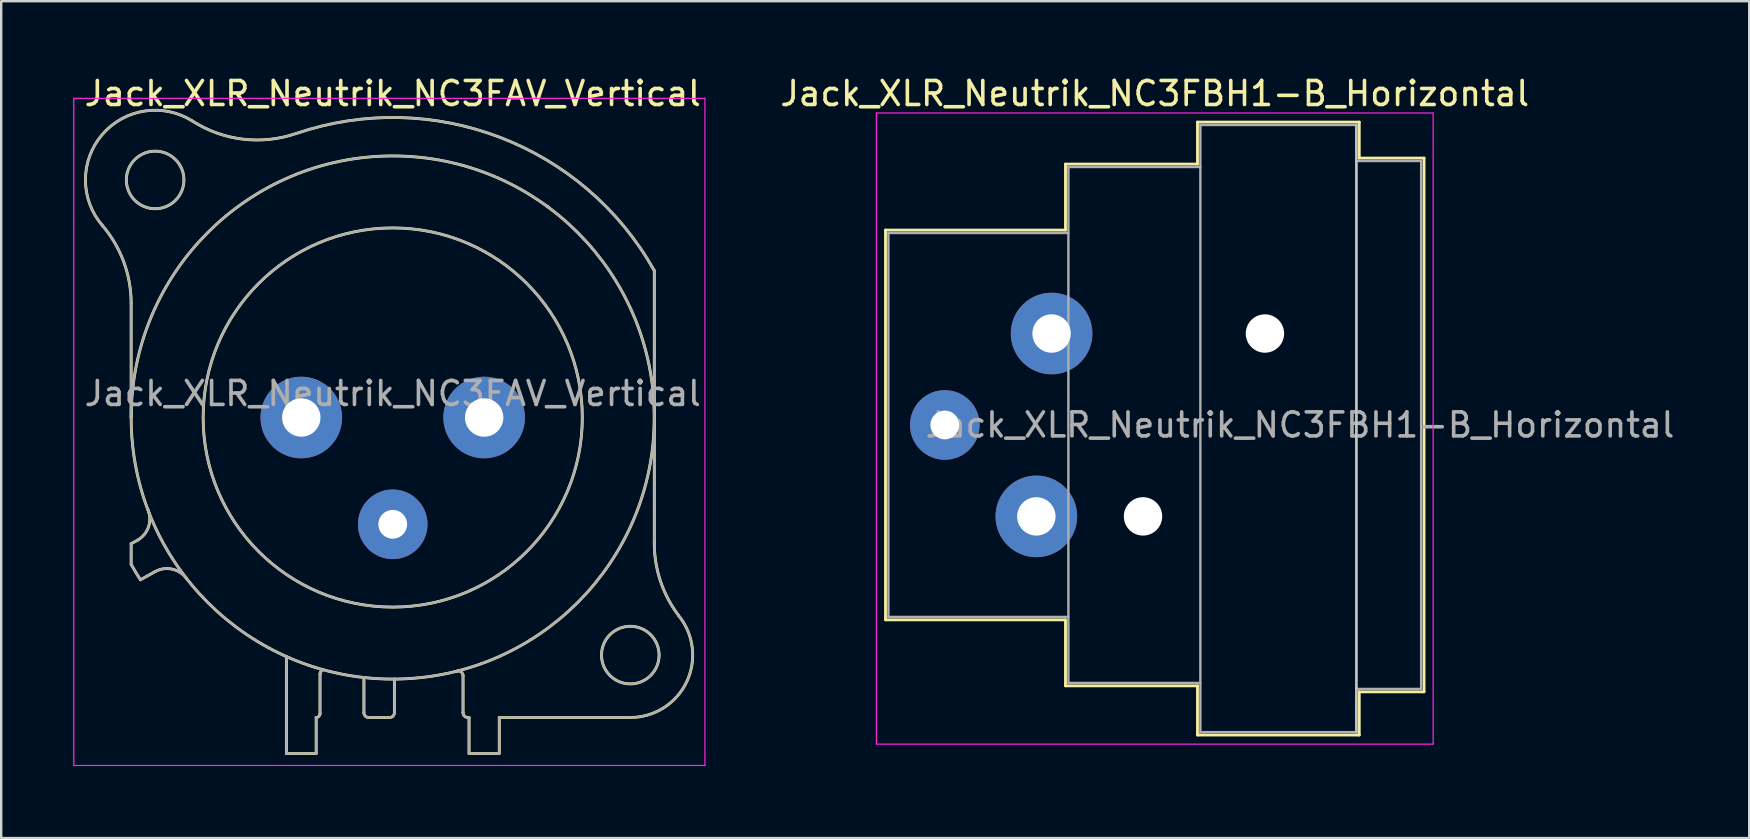
<source format=kicad_pcb>
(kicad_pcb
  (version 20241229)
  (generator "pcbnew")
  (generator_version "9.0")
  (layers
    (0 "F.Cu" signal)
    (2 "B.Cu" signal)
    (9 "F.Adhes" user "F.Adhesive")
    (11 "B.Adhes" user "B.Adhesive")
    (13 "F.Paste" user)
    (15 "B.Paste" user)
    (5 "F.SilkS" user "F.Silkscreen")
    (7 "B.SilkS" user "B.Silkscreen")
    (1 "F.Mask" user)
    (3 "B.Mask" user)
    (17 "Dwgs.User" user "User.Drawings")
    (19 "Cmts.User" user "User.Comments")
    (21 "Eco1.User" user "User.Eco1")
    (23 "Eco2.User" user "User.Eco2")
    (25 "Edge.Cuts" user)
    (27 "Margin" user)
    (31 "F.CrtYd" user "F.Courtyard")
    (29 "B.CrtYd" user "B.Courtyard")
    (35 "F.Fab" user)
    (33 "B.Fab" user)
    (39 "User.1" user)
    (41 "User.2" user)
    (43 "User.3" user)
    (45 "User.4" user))
  (footprint "Jack_XLR_Neutrik_NC3FAV_Vertical"
    (layer "F.Cu")
    (at 17.125 14.348)
    (property "Reference" "Jack_XLR_Neutrik_NC3FAV_Vertical" (at -3.81 -13.5 0) (layer "F.SilkS") (effects (font (size 1 1) (thickness 0.15))))
    (attr through_hole)
    (fp_line (start -14.71 0) (end -14.71 -4.76) (stroke (width 0.12) (type solid)) (layer "F.SilkS"))
    (fp_line (start -14.71 5.26) (end -14.71 6.12) (stroke (width 0.12) (type solid)) (layer "F.SilkS"))
    (fp_line (start -14.44 5.11) (end -14.71 5.26) (stroke (width 0.12) (type solid)) (layer "F.SilkS"))
    (fp_line (start -14.32 6.76) (end -13.71 6.42) (stroke (width 0.12) (type solid)) (layer "F.SilkS"))
    (fp_line (start -8.24 9.96) (end -8.24 14) (stroke (width 0.12) (type solid)) (layer "F.SilkS"))
    (fp_line (start -7 12.5) (end -7 14) (stroke (width 0.12) (type solid)) (layer "F.SilkS"))
    (fp_line (start -7 14) (end -8.24 14) (stroke (width 0.12) (type solid)) (layer "F.SilkS"))
    (fp_line (start -6.84 12.34) (end -6.84 10.69) (stroke (width 0.12) (type solid)) (layer "F.SilkS"))
    (fp_line (start -5.01 10.83) (end -5.01 12.3) (stroke (width 0.12) (type solid)) (layer "F.SilkS"))
    (fp_line (start -3.94 12.5) (end -4.81 12.5) (stroke (width 0.12) (type solid)) (layer "F.SilkS"))
    (fp_line (start -3.74 10.9) (end -3.74 12.3) (stroke (width 0.12) (type solid)) (layer "F.SilkS"))
    (fp_line (start -0.88 12.3) (end -0.88 10.76) (stroke (width 0.12) (type solid)) (layer "F.SilkS"))
    (fp_line (start -0.63 12.5) (end -0.68 12.5) (stroke (width 0.12) (type solid)) (layer "F.SilkS"))
    (fp_line (start -0.63 12.5) (end -0.63 14) (stroke (width 0.12) (type solid)) (layer "F.SilkS"))
    (fp_line (start 0.62 14) (end -0.63 14) (stroke (width 0.12) (type solid)) (layer "F.SilkS"))
    (fp_line (start 0.63 12.5) (end 6.09 12.5) (stroke (width 0.12) (type solid)) (layer "F.SilkS"))
    (fp_line (start 0.63 14) (end 0.63 12.5) (stroke (width 0.12) (type solid)) (layer "F.SilkS"))
    (fp_line (start 7.09 5.24) (end 7.09 -6.12) (stroke (width 0.12) (type solid)) (layer "F.SilkS"))
    (fp_arc (start -15.908829 -8.000856) (mid -15.019313 -6.48774) (end -14.71 -4.76) (stroke (width 0.12) (type solid)) (layer "F.SilkS"))
    (fp_arc (start -15.908236 -8.001617) (mid -15.907486 -11.799251) (end -12.15 -12.35) (stroke (width 0.12) (type solid)) (layer "F.SilkS"))
    (fp_arc (start -14.32314 6.763008) (mid -14.521396 6.444407) (end -14.71 6.12) (stroke (width 0.12) (type solid)) (layer "F.SilkS"))
    (fp_arc (start -14.004283 3.855674) (mid -13.989213 4.56375) (end -14.44 5.11) (stroke (width 0.12) (type solid)) (layer "F.SilkS"))
    (fp_arc (start -13.71 6.42) (mid -13.01025 6.315915) (end -12.412202 6.693832) (stroke (width 0.12) (type solid)) (layer "F.SilkS"))
    (fp_arc (start -7.848035 -11.831177) (mid -10.058192 -11.599923) (end -12.15 -12.35) (stroke (width 0.12) (type solid)) (layer "F.SilkS"))
    (fp_arc (start -7.841153 -11.83276) (mid 0.657009 -11.675197) (end 7.09 -6.12) (stroke (width 0.12) (type solid)) (layer "F.SilkS"))
    (fp_arc (start -6.84 10.69) (mid -6.803713 10.578321) (end -6.708713 10.509299) (stroke (width 0.12) (type solid)) (layer "F.SilkS"))
    (fp_arc (start -6.84 12.34) (mid -6.886863 12.453137) (end -7 12.5) (stroke (width 0.12) (type solid)) (layer "F.SilkS"))
    (fp_arc (start -4.81 12.5) (mid -4.951421 12.441421) (end -5.01 12.3) (stroke (width 0.12) (type solid)) (layer "F.SilkS"))
    (fp_arc (start -3.74 12.3) (mid -3.798579 12.441421) (end -3.94 12.5) (stroke (width 0.12) (type solid)) (layer "F.SilkS"))
    (fp_arc (start -1.1294 10.566197) (mid -0.957281 10.602076) (end -0.88 10.76) (stroke (width 0.12) (type solid)) (layer "F.SilkS"))
    (fp_arc (start -0.68 12.5) (mid -0.821421 12.441421) (end -0.88 12.3) (stroke (width 0.12) (type solid)) (layer "F.SilkS"))
    (fp_arc (start 2.636924 -8.782671) (mid 2.628394 -8.791269) (end 2.62 -8.8) (stroke (width 0.12) (type solid)) (layer "F.SilkS"))
    (fp_arc (start 2.680052 -8.767734) (mid 2.65973 -8.7835) (end 2.64 -8.8) (stroke (width 0.12) (type solid)) (layer "F.SilkS"))
    (fp_arc (start 8.095865 8.245761) (mid 8.441704 11.008824) (end 6.09 12.5) (stroke (width 0.12) (type solid)) (layer "F.SilkS"))
    (fp_arc (start 8.098032 8.243976) (mid 7.348729 6.824298) (end 7.09 5.24) (stroke (width 0.12) (type solid)) (layer "F.SilkS"))
    (fp_circle (center -13.71 -9.9) (end -12.51 -9.9) (stroke (width 0.12) (type solid)) (fill no) (layer "F.SilkS"))
    (fp_circle (center -3.81 0) (end 4.09 0) (stroke (width 0.12) (type solid)) (fill no) (layer "F.SilkS"))
    (fp_circle (center -3.81 0) (end 7.09 0) (stroke (width 0.12) (type solid)) (fill no) (layer "F.SilkS"))
    (fp_circle (center 6.09 9.9) (end 7.29 9.9) (stroke (width 0.12) (type solid)) (fill no) (layer "F.SilkS"))
    (fp_line (start -17.1 -13.3) (end 9.2 -13.3) (stroke (width 0.05) (type solid)) (layer "F.CrtYd"))
    (fp_line (start -17.1 14.5) (end -17.1 -13.3) (stroke (width 0.05) (type solid)) (layer "F.CrtYd"))
    (fp_line (start 9.2 -13.3) (end 9.2 14.5) (stroke (width 0.05) (type solid)) (layer "F.CrtYd"))
    (fp_line (start 9.2 14.5) (end -17.1 14.5) (stroke (width 0.05) (type solid)) (layer "F.CrtYd"))
    (fp_line (start -14.71 0) (end -14.71 -4.76) (stroke (width 0.1) (type solid)) (layer "F.Fab"))
    (fp_line (start -14.71 5.26) (end -14.71 6.12) (stroke (width 0.1) (type solid)) (layer "F.Fab"))
    (fp_line (start -14.44 5.11) (end -14.71 5.26) (stroke (width 0.1) (type solid)) (layer "F.Fab"))
    (fp_line (start -14.32 6.76) (end -13.71 6.42) (stroke (width 0.1) (type solid)) (layer "F.Fab"))
    (fp_line (start -8.24 9.96) (end -8.24 14) (stroke (width 0.1) (type solid)) (layer "F.Fab"))
    (fp_line (start -7 12.5) (end -7 14) (stroke (width 0.1) (type solid)) (layer "F.Fab"))
    (fp_line (start -7 14) (end -8.24 14) (stroke (width 0.1) (type solid)) (layer "F.Fab"))
    (fp_line (start -6.84 12.34) (end -6.84 10.69) (stroke (width 0.1) (type solid)) (layer "F.Fab"))
    (fp_line (start -5.01 10.83) (end -5.01 12.3) (stroke (width 0.1) (type solid)) (layer "F.Fab"))
    (fp_line (start -3.94 12.5) (end -4.81 12.5) (stroke (width 0.1) (type solid)) (layer "F.Fab"))
    (fp_line (start -3.74 10.9) (end -3.74 12.3) (stroke (width 0.1) (type solid)) (layer "F.Fab"))
    (fp_line (start -0.88 12.3) (end -0.88 10.76) (stroke (width 0.1) (type solid)) (layer "F.Fab"))
    (fp_line (start -0.63 12.5) (end -0.68 12.5) (stroke (width 0.1) (type solid)) (layer "F.Fab"))
    (fp_line (start -0.63 12.5) (end -0.63 14) (stroke (width 0.1) (type solid)) (layer "F.Fab"))
    (fp_line (start 0.62 14) (end -0.63 14) (stroke (width 0.1) (type solid)) (layer "F.Fab"))
    (fp_line (start 0.63 12.5) (end 6.09 12.5) (stroke (width 0.1) (type solid)) (layer "F.Fab"))
    (fp_line (start 0.63 14) (end 0.63 12.5) (stroke (width 0.1) (type solid)) (layer "F.Fab"))
    (fp_line (start 7.09 5.24) (end 7.09 -6.12) (stroke (width 0.1) (type solid)) (layer "F.Fab"))
    (fp_arc (start -15.908829 -8.000856) (mid -15.019313 -6.48774) (end -14.71 -4.76) (stroke (width 0.1) (type solid)) (layer "F.Fab"))
    (fp_arc (start -15.908236 -8.001617) (mid -15.907486 -11.799251) (end -12.15 -12.35) (stroke (width 0.1) (type solid)) (layer "F.Fab"))
    (fp_arc (start -14.32314 6.763008) (mid -14.521396 6.444407) (end -14.71 6.12) (stroke (width 0.1) (type solid)) (layer "F.Fab"))
    (fp_arc (start -14.004283 3.855674) (mid -13.989213 4.56375) (end -14.44 5.11) (stroke (width 0.1) (type solid)) (layer "F.Fab"))
    (fp_arc (start -13.71 6.42) (mid -13.01025 6.315915) (end -12.412202 6.693832) (stroke (width 0.1) (type solid)) (layer "F.Fab"))
    (fp_arc (start -7.848035 -11.831177) (mid -10.058192 -11.599923) (end -12.15 -12.35) (stroke (width 0.1) (type solid)) (layer "F.Fab"))
    (fp_arc (start -7.841153 -11.83276) (mid 0.657009 -11.675197) (end 7.09 -6.12) (stroke (width 0.1) (type solid)) (layer "F.Fab"))
    (fp_arc (start -6.84 10.69) (mid -6.803713 10.578321) (end -6.708713 10.509299) (stroke (width 0.1) (type solid)) (layer "F.Fab"))
    (fp_arc (start -6.84 12.34) (mid -6.886863 12.453137) (end -7 12.5) (stroke (width 0.1) (type solid)) (layer "F.Fab"))
    (fp_arc (start -4.81 12.5) (mid -4.951421 12.441421) (end -5.01 12.3) (stroke (width 0.1) (type solid)) (layer "F.Fab"))
    (fp_arc (start -3.74 12.3) (mid -3.798579 12.441421) (end -3.94 12.5) (stroke (width 0.1) (type solid)) (layer "F.Fab"))
    (fp_arc (start -1.1294 10.566197) (mid -0.957281 10.602076) (end -0.88 10.76) (stroke (width 0.1) (type solid)) (layer "F.Fab"))
    (fp_arc (start -0.68 12.5) (mid -0.821421 12.441421) (end -0.88 12.3) (stroke (width 0.1) (type solid)) (layer "F.Fab"))
    (fp_arc (start 2.636924 -8.782671) (mid 2.628394 -8.791269) (end 2.62 -8.8) (stroke (width 0.1) (type solid)) (layer "F.Fab"))
    (fp_arc (start 2.680052 -8.767734) (mid 2.65973 -8.7835) (end 2.64 -8.8) (stroke (width 0.1) (type solid)) (layer "F.Fab"))
    (fp_arc (start 8.095865 8.245761) (mid 8.441704 11.008824) (end 6.09 12.5) (stroke (width 0.1) (type solid)) (layer "F.Fab"))
    (fp_arc (start 8.098032 8.243976) (mid 7.348729 6.824298) (end 7.09 5.24) (stroke (width 0.1) (type solid)) (layer "F.Fab"))
    (fp_circle (center -13.71 -9.9) (end -12.51 -9.9) (stroke (width 0.1) (type solid)) (fill no) (layer "F.Fab"))
    (fp_circle (center -3.81 0) (end 4.09 0) (stroke (width 0.1) (type solid)) (fill no) (layer "F.Fab"))
    (fp_circle (center -3.81 0) (end 7.09 0) (stroke (width 0.1) (type solid)) (fill no) (layer "F.Fab"))
    (fp_circle (center 6.09 9.9) (end 7.29 9.9) (stroke (width 0.1) (type solid)) (fill no) (layer "F.Fab"))
    (fp_text user "${REFERENCE}" (at -3.81 -1 0) (layer "F.Fab") (effects (font (size 1 1) (thickness 0.15))))
    (pad "1" thru_hole circle (at 0 0) (size 3.4 3.4) (drill 1.6) (layers "*.Cu" "*.Mask"))
    (pad "2" thru_hole circle (at -7.62 0) (size 3.4 3.4) (drill 1.6) (layers "*.Cu" "*.Mask"))
    (pad "3" thru_hole circle (at -3.81 4.45) (size 2.9 2.9) (drill 1.2) (layers "*.Cu" "*.Mask")))
  (footprint "Jack_XLR_Neutrik_NC3FBH1-B_Horizontal"
    (layer "F.Cu")
    (at 40.77 10.848)
    (property "Reference" "Jack_XLR_Neutrik_NC3FBH1-B_Horizontal" (at 4.3 -10 0) (layer "F.SilkS") (effects (font (size 1 1) (thickness 0.15))))
    (attr through_hole)
    (fp_line (start -6.92 -4.31) (end -6.92 11.93) (stroke (width 0.12) (type solid)) (layer "F.SilkS"))
    (fp_line (start 0.58 -7.06) (end 0.58 -4.31) (stroke (width 0.12) (type solid)) (layer "F.SilkS"))
    (fp_line (start 0.58 -4.31) (end -6.92 -4.31) (stroke (width 0.12) (type solid)) (layer "F.SilkS"))
    (fp_line (start 0.58 11.93) (end -6.92 11.93) (stroke (width 0.12) (type solid)) (layer "F.SilkS"))
    (fp_line (start 0.58 11.93) (end 0.58 14.68) (stroke (width 0.12) (type solid)) (layer "F.SilkS"))
    (fp_line (start 6.08 -7.06) (end 0.58 -7.06) (stroke (width 0.12) (type solid)) (layer "F.SilkS"))
    (fp_line (start 6.08 -7.06) (end 6.08 -8.81) (stroke (width 0.12) (type solid)) (layer "F.SilkS"))
    (fp_line (start 6.08 14.68) (end 0.58 14.68) (stroke (width 0.12) (type solid)) (layer "F.SilkS"))
    (fp_line (start 6.08 16.73) (end 6.08 14.68) (stroke (width 0.12) (type solid)) (layer "F.SilkS"))
    (fp_line (start 12.82 -8.81) (end 6.08 -8.81) (stroke (width 0.12) (type solid)) (layer "F.SilkS"))
    (fp_line (start 12.82 -8.81) (end 12.82 -7.31) (stroke (width 0.12) (type solid)) (layer "F.SilkS"))
    (fp_line (start 12.82 -7.31) (end 15.52 -7.31) (stroke (width 0.12) (type solid)) (layer "F.SilkS"))
    (fp_line (start 12.82 14.93) (end 12.82 16.73) (stroke (width 0.12) (type solid)) (layer "F.SilkS"))
    (fp_line (start 12.82 14.93) (end 15.52 14.93) (stroke (width 0.12) (type solid)) (layer "F.SilkS"))
    (fp_line (start 12.82 16.73) (end 6.08 16.73) (stroke (width 0.12) (type solid)) (layer "F.SilkS"))
    (fp_line (start 15.52 -7.31) (end 15.52 14.93) (stroke (width 0.12) (type solid)) (layer "F.SilkS"))
    (fp_line (start 12.7 -8.69) (end 12.7 16.61) (stroke (width 0.1) (type solid)) (layer "Dwgs.User"))
    (fp_line (start -7.3 -9.19) (end -7.3 17.11) (stroke (width 0.05) (type solid)) (layer "F.CrtYd"))
    (fp_line (start 15.9 -9.19) (end -7.3 -9.19) (stroke (width 0.05) (type solid)) (layer "F.CrtYd"))
    (fp_line (start 15.9 -9.19) (end 15.9 17.11) (stroke (width 0.05) (type solid)) (layer "F.CrtYd"))
    (fp_line (start 15.9 17.11) (end -7.3 17.11) (stroke (width 0.05) (type solid)) (layer "F.CrtYd"))
    (fp_line (start -6.8 -4.19) (end -6.8 11.81) (stroke (width 0.1) (type solid)) (layer "F.Fab"))
    (fp_line (start -6.8 11.81) (end 0.7 11.81) (stroke (width 0.1) (type solid)) (layer "F.Fab"))
    (fp_line (start 0.7 -6.94) (end 0.7 14.56) (stroke (width 0.1) (type solid)) (layer "F.Fab"))
    (fp_line (start 0.7 -4.19) (end -6.8 -4.19) (stroke (width 0.1) (type solid)) (layer "F.Fab"))
    (fp_line (start 0.7 14.56) (end 6.2 14.56) (stroke (width 0.1) (type solid)) (layer "F.Fab"))
    (fp_line (start 6.2 -8.69) (end 12.7 -8.69) (stroke (width 0.1) (type solid)) (layer "F.Fab"))
    (fp_line (start 6.2 -6.94) (end 0.7 -6.94) (stroke (width 0.1) (type solid)) (layer "F.Fab"))
    (fp_line (start 6.2 16.61) (end 6.2 -8.69) (stroke (width 0.1) (type solid)) (layer "F.Fab"))
    (fp_line (start 12.7 -8.69) (end 12.7 16.61) (stroke (width 0.1) (type solid)) (layer "F.Fab"))
    (fp_line (start 12.7 -7.19) (end 15.4 -7.19) (stroke (width 0.1) (type solid)) (layer "F.Fab"))
    (fp_line (start 12.7 16.61) (end 6.2 16.61) (stroke (width 0.1) (type solid)) (layer "F.Fab"))
    (fp_line (start 15.4 -7.19) (end 15.4 14.81) (stroke (width 0.1) (type solid)) (layer "F.Fab"))
    (fp_line (start 15.4 14.81) (end 12.7 14.81) (stroke (width 0.1) (type solid)) (layer "F.Fab"))
    (fp_text user "${REFERENCE}" (at 10.35 3.81 0) (layer "F.Fab") (effects (font (size 1 1) (thickness 0.15))))
    (pad "" np_thru_hole circle (at 3.81 7.62) (size 1.6 1.6) (drill 1.6) (layers "*.Cu" "*.Mask"))
    (pad "" np_thru_hole circle (at 8.89 0) (size 1.6 1.6) (drill 1.6) (layers "*.Cu" "*.Mask"))
    (pad "1" thru_hole circle (at 0 0) (size 3.4 3.4) (drill 1.6) (layers "*.Cu" "*.Mask"))
    (pad "2" thru_hole circle (at -0.635 7.62) (size 3.4 3.4) (drill 1.6) (layers "*.Cu" "*.Mask"))
    (pad "3" thru_hole circle (at -4.45 3.81) (size 2.9 2.9) (drill 1.2) (layers "*.Cu" "*.Mask")))
  (gr_rect
    (start -3 -3)
    (end 69.84 31.873)
    (stroke (width 0.1) (type default))
    (fill no)
    (layer "Edge.Cuts")))
</source>
